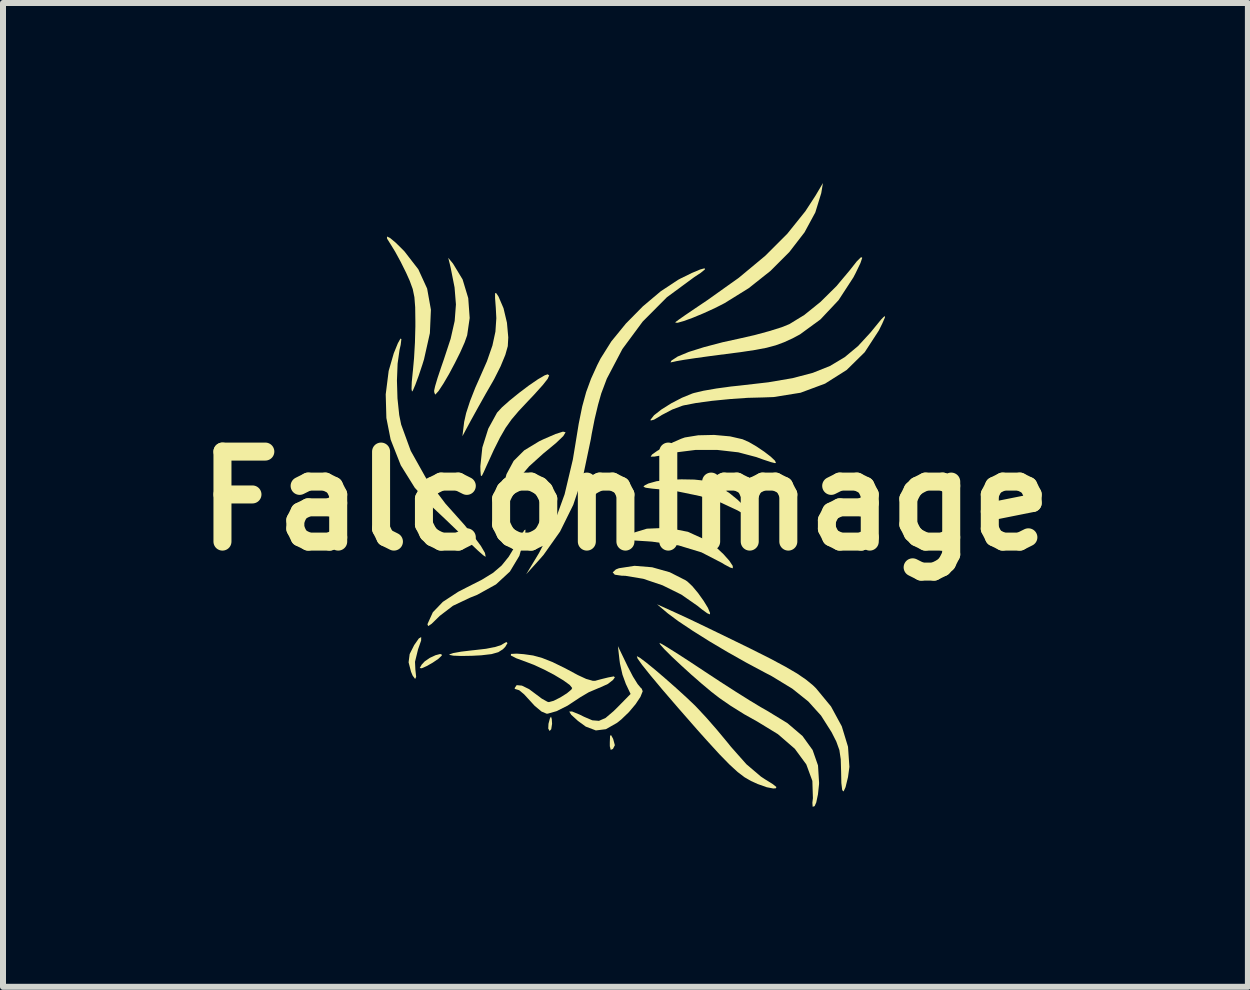
<source format=kicad_pcb>
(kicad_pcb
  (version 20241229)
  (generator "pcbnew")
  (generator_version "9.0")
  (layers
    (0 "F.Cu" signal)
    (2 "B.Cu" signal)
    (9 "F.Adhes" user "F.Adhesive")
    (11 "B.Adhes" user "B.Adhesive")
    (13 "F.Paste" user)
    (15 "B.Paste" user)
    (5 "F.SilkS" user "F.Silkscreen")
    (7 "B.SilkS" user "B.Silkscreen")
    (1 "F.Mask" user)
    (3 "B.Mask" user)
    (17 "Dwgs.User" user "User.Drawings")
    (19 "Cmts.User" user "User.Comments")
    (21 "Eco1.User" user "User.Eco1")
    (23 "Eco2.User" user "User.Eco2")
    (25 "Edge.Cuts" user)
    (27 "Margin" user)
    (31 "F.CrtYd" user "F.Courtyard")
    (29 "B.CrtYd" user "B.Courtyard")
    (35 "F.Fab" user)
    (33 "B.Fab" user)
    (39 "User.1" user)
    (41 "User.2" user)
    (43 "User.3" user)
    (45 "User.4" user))
  (footprint "FalconImage"
    (layer "F.Cu")
    (at 7.371 5.296)
    (property "Reference" "FalconImage" (at 0 0 0) (layer "F.SilkS") (effects (font (size 1.5 1.5) (thickness 0.3))))
    (attr board_only exclude_from_pos_files exclude_from_bom)
    (fp_poly (pts (xy -1.227 3.635) (xy -1.222 3.714) (xy -1.236 3.804) (xy -1.263 3.834) (xy -1.286 3.794) (xy -1.282 3.714) (xy -1.258 3.624) (xy -1.24 3.594)) (stroke (width 0) (type solid)) (fill yes) (layer "F.SilkS"))
    (fp_poly (pts (xy -0.208 3.959) (xy -0.204 3.967) (xy -0.176 4.071) (xy -0.208 4.133) (xy -0.245 4.149) (xy -0.26 4.088) (xy -0.26 4.023) (xy -0.256 3.919) (xy -0.241 3.9)) (stroke (width 0) (type solid)) (fill yes) (layer "F.SilkS"))
    (fp_poly (pts (xy -3.056 2.564) (xy -3.061 2.578) (xy -3.116 2.631) (xy -3.21 2.695) (xy -3.312 2.753) (xy -3.394 2.789) (xy -3.427 2.785) (xy -3.394 2.727) (xy -3.343 2.673) (xy -3.258 2.615) (xy -3.163 2.571) (xy -3.086 2.551)) (stroke (width 0) (type solid)) (fill yes) (layer "F.SilkS"))
    (fp_poly (pts (xy -3.404 2.327) (xy -3.451 2.462) (xy -3.454 2.469) (xy -3.506 2.681) (xy -3.5 2.811) (xy -3.487 2.932) (xy -3.504 2.967) (xy -3.545 2.912) (xy -3.572 2.848) (xy -3.613 2.69) (xy -3.595 2.552) (xy -3.52 2.403) (xy -3.443 2.293) (xy -3.403 2.269)) (stroke (width 0) (type solid)) (fill yes) (layer "F.SilkS"))
    (fp_poly (pts (xy 1.041 0.515) (xy 1.355 0.658) (xy 1.385 0.678) (xy 1.512 0.774) (xy 1.633 0.887) (xy 1.731 0.997) (xy 1.788 1.083) (xy 1.79 1.123) (xy 1.744 1.11) (xy 1.647 1.058) (xy 1.605 1.032) (xy 1.268 0.858) (xy 0.887 0.742) (xy 0.443 0.679) (xy 0.359 0.673) (xy -0.144 0.642) (xy 0.037 0.56) (xy 0.358 0.463) (xy 0.701 0.449)) (stroke (width 0) (type solid)) (fill yes) (layer "F.SilkS"))
    (fp_poly (pts (xy -1.965 2.37) (xy -2.003 2.433) (xy -2.041 2.472) (xy -2.118 2.521) (xy -2.231 2.553) (xy -2.403 2.573) (xy -2.557 2.581) (xy -2.737 2.584) (xy -2.868 2.579) (xy -2.932 2.566) (xy -2.933 2.558) (xy -2.87 2.536) (xy -2.737 2.512) (xy -2.56 2.491) (xy -2.512 2.486) (xy -2.322 2.464) (xy -2.165 2.433) (xy -2.068 2.401) (xy -2.058 2.394) (xy -1.985 2.351)) (stroke (width 0) (type solid)) (fill yes) (layer "F.SilkS"))
    (fp_poly (pts (xy -0.997 -1.143) (xy -1.035 -1.08) (xy -1.153 -0.967) (xy -1.352 -0.802) (xy -1.366 -0.791) (xy -1.604 -0.576) (xy -1.794 -0.354) (xy -1.853 -0.264) (xy -1.961 -0.098) (xy -2.034 -0.017) (xy -2.07 -0.021) (xy -2.069 -0.112) (xy -2.061 -0.156) (xy -1.981 -0.446) (xy -1.862 -0.667) (xy -1.686 -0.842) (xy -1.437 -0.993) (xy -1.366 -1.027) (xy -1.163 -1.115) (xy -1.04 -1.154)) (stroke (width 0) (type solid)) (fill yes) (layer "F.SilkS"))
    (fp_poly (pts (xy 0.445 1.106) (xy 0.739 1.189) (xy 1.003 1.323) (xy 1.033 1.344) (xy 1.115 1.421) (xy 1.211 1.536) (xy 1.303 1.665) (xy 1.375 1.783) (xy 1.41 1.867) (xy 1.408 1.891) (xy 1.364 1.873) (xy 1.273 1.807) (xy 1.2 1.748) (xy 0.931 1.561) (xy 0.619 1.407) (xy 0.297 1.298) (xy -0.003 1.248) (xy -0.06 1.247) (xy -0.177 1.23) (xy -0.212 1.191) (xy -0.159 1.142) (xy -0.108 1.122) (xy 0.152 1.082)) (stroke (width 0) (type solid)) (fill yes) (layer "F.SilkS"))
    (fp_poly (pts (xy 3.263 -5.128) (xy 3.164 -4.806) (xy 2.984 -4.474) (xy 2.731 -4.146) (xy 2.417 -3.832) (xy 2.054 -3.544) (xy 1.651 -3.294) (xy 1.486 -3.21) (xy 1.297 -3.124) (xy 1.121 -3.051) (xy 0.973 -2.997) (xy 0.871 -2.968) (xy 0.831 -2.97) (xy 0.839 -2.983) (xy 0.886 -3.018) (xy 0.996 -3.095) (xy 1.155 -3.203) (xy 1.345 -3.331) (xy 1.366 -3.345) (xy 1.891 -3.719) (xy 2.331 -4.085) (xy 2.697 -4.451) (xy 2.998 -4.826) (xy 3.167 -5.086) (xy 3.291 -5.296)) (stroke (width 0) (type solid)) (fill yes) (layer "F.SilkS"))
    (fp_poly (pts (xy -2.873 -3.954) (xy -2.713 -3.69) (xy -2.619 -3.379) (xy -2.595 -3.047) (xy -2.637 -2.759) (xy -2.68 -2.638) (xy -2.752 -2.476) (xy -2.843 -2.294) (xy -2.94 -2.112) (xy -3.034 -1.952) (xy -3.112 -1.833) (xy -3.164 -1.775) (xy -3.171 -1.773) (xy -3.186 -1.812) (xy -3.187 -1.839) (xy -3.171 -1.911) (xy -3.13 -2.049) (xy -3.069 -2.231) (xy -3.026 -2.355) (xy -2.912 -2.702) (xy -2.845 -2.998) (xy -2.824 -3.273) (xy -2.847 -3.557) (xy -2.911 -3.881) (xy -2.928 -3.954) (xy -2.952 -4.05)) (stroke (width 0) (type solid)) (fill yes) (layer "F.SilkS"))
    (fp_poly (pts (xy -1.27 -2.091) (xy -1.296 -2.033) (xy -1.379 -1.928) (xy -1.523 -1.768) (xy -1.635 -1.65) (xy -1.781 -1.494) (xy -1.898 -1.356) (xy -1.997 -1.216) (xy -2.091 -1.053) (xy -2.193 -0.849) (xy -2.315 -0.582) (xy -2.361 -0.479) (xy -2.393 -0.415) (xy -2.409 -0.421) (xy -2.416 -0.506) (xy -2.417 -0.578) (xy -2.384 -0.89) (xy -2.285 -1.204) (xy -2.139 -1.47) (xy -2.057 -1.559) (xy -1.927 -1.674) (xy -1.77 -1.801) (xy -1.607 -1.924) (xy -1.458 -2.026) (xy -1.345 -2.092) (xy -1.296 -2.109)) (stroke (width 0) (type solid)) (fill yes) (layer "F.SilkS"))
    (fp_poly (pts (xy 1.148 -0.355) (xy 1.299 -0.339) (xy 1.425 -0.303) (xy 1.558 -0.24) (xy 1.599 -0.217) (xy 1.732 -0.131) (xy 1.865 -0.023) (xy 1.98 0.087) (xy 2.06 0.183) (xy 2.085 0.247) (xy 2.079 0.257) (xy 2.031 0.244) (xy 1.93 0.194) (xy 1.869 0.159) (xy 1.591 0.029) (xy 1.248 -0.079) (xy 0.872 -0.157) (xy 0.642 -0.186) (xy 0.448 -0.204) (xy 0.339 -0.219) (xy 0.3 -0.236) (xy 0.321 -0.259) (xy 0.383 -0.29) (xy 0.52 -0.328) (xy 0.728 -0.352) (xy 0.935 -0.359)) (stroke (width 0) (type solid)) (fill yes) (layer "F.SilkS"))
    (fp_poly (pts (xy -1.669 0.537) (xy -1.678 0.596) (xy -1.767 0.915) (xy -1.925 1.178) (xy -2.157 1.392) (xy -2.471 1.566) (xy -2.587 1.612) (xy -2.874 1.748) (xy -3.095 1.917) (xy -3.121 1.943) (xy -3.23 2.049) (xy -3.286 2.086) (xy -3.298 2.06) (xy -3.294 2.043) (xy -3.209 1.856) (xy -3.042 1.682) (xy -2.787 1.515) (xy -2.647 1.443) (xy -2.391 1.313) (xy -2.203 1.197) (xy -2.062 1.076) (xy -1.945 0.931) (xy -1.831 0.743) (xy -1.818 0.719) (xy -1.732 0.564) (xy -1.683 0.486) (xy -1.665 0.479)) (stroke (width 0) (type solid)) (fill yes) (layer "F.SilkS"))
    (fp_poly (pts (xy -2.121 -3.415) (xy -2.114 -3.403) (xy -2.031 -3.21) (xy -1.974 -2.969) (xy -1.952 -2.724) (xy -1.96 -2.578) (xy -2.001 -2.433) (xy -2.08 -2.242) (xy -2.183 -2.037) (xy -2.212 -1.985) (xy -2.333 -1.775) (xy -2.454 -1.559) (xy -2.555 -1.376) (xy -2.574 -1.342) (xy -2.716 -1.078) (xy -2.687 -1.316) (xy -2.654 -1.463) (xy -2.589 -1.663) (xy -2.502 -1.885) (xy -2.446 -2.011) (xy -2.307 -2.327) (xy -2.216 -2.589) (xy -2.166 -2.82) (xy -2.151 -3.044) (xy -2.16 -3.22) (xy -2.172 -3.38) (xy -2.172 -3.458) (xy -2.156 -3.465)) (stroke (width 0) (type solid)) (fill yes) (layer "F.SilkS"))
    (fp_poly (pts (xy 1.744 -1.075) (xy 1.952 -1.027) (xy 2.06 -0.979) (xy 2.187 -0.905) (xy 2.313 -0.82) (xy 2.421 -0.737) (xy 2.492 -0.67) (xy 2.508 -0.633) (xy 2.492 -0.629) (xy 2.424 -0.646) (xy 2.297 -0.688) (xy 2.181 -0.73) (xy 1.882 -0.809) (xy 1.532 -0.849) (xy 1.168 -0.849) (xy 0.826 -0.806) (xy 0.772 -0.794) (xy 0.606 -0.759) (xy 0.481 -0.738) (xy 0.422 -0.737) (xy 0.421 -0.738) (xy 0.443 -0.772) (xy 0.529 -0.833) (xy 0.655 -0.905) (xy 0.795 -0.977) (xy 0.928 -1.035) (xy 0.99 -1.057) (xy 1.212 -1.093) (xy 1.478 -1.099)) (stroke (width 0) (type solid)) (fill yes) (layer "F.SilkS"))
    (fp_poly (pts (xy 0.04 2.762) (xy 0.125 2.926) (xy 0.204 3.053) (xy 0.261 3.121) (xy 0.27 3.125) (xy 0.288 3.172) (xy 0.25 3.266) (xy 0.169 3.388) (xy 0.058 3.52) (xy -0.069 3.642) (xy -0.139 3.698) (xy -0.325 3.804) (xy -0.492 3.825) (xy -0.661 3.761) (xy -0.791 3.666) (xy -0.904 3.563) (xy -0.936 3.51) (xy -0.889 3.509) (xy -0.764 3.56) (xy -0.69 3.597) (xy -0.552 3.656) (xy -0.441 3.665) (xy -0.331 3.617) (xy -0.198 3.504) (xy -0.123 3.43) (xy 0.086 3.217) (xy 0.007 3.05) (xy -0.049 2.896) (xy -0.091 2.71) (xy -0.099 2.652) (xy -0.125 2.42)) (stroke (width 0) (type solid)) (fill yes) (layer "F.SilkS"))
    (fp_poly (pts (xy -3.922 -4.381) (xy -3.825 -4.3) (xy -3.69 -4.166) (xy -3.681 -4.156) (xy -3.451 -3.859) (xy -3.304 -3.538) (xy -3.241 -3.186) (xy -3.258 -2.795) (xy -3.356 -2.358) (xy -3.381 -2.277) (xy -3.445 -2.085) (xy -3.501 -1.933) (xy -3.541 -1.84) (xy -3.556 -1.821) (xy -3.564 -1.865) (xy -3.56 -1.98) (xy -3.544 -2.143) (xy -3.541 -2.169) (xy -3.522 -2.379) (xy -3.507 -2.64) (xy -3.5 -2.906) (xy -3.5 -2.995) (xy -3.503 -3.226) (xy -3.516 -3.394) (xy -3.544 -3.53) (xy -3.594 -3.667) (xy -3.654 -3.801) (xy -3.745 -3.984) (xy -3.836 -4.151) (xy -3.907 -4.267) (xy -3.908 -4.268) (xy -3.971 -4.369) (xy -3.973 -4.405)) (stroke (width 0) (type solid)) (fill yes) (layer "F.SilkS"))
    (fp_poly (pts (xy -3.733 -2.696) (xy -3.745 -2.598) (xy -3.764 -2.515) (xy -3.796 -2.287) (xy -3.807 -2.005) (xy -3.798 -1.707) (xy -3.769 -1.431) (xy -3.737 -1.273) (xy -3.577 -0.834) (xy -3.329 -0.391) (xy -2.996 0.049) (xy -2.876 0.183) (xy -2.685 0.397) (xy -2.527 0.59) (xy -2.409 0.75) (xy -2.341 0.866) (xy -2.329 0.927) (xy -2.333 0.93) (xy -2.372 0.904) (xy -2.461 0.825) (xy -2.583 0.709) (xy -2.619 0.674) (xy -2.792 0.506) (xy -2.994 0.312) (xy -3.184 0.133) (xy -3.199 0.12) (xy -3.51 -0.219) (xy -3.743 -0.593) (xy -3.912 -1.022) (xy -3.983 -1.381) (xy -3.994 -1.775) (xy -3.945 -2.165) (xy -3.86 -2.459) (xy -3.792 -2.626) (xy -3.748 -2.705)) (stroke (width 0) (type solid)) (fill yes) (layer "F.SilkS"))
    (fp_poly (pts (xy 0.247 2.618) (xy 0.355 2.7) (xy 0.503 2.821) (xy 0.672 2.966) (xy 0.849 3.122) (xy 1.017 3.275) (xy 1.161 3.412) (xy 1.206 3.459) (xy 1.351 3.615) (xy 1.524 3.813) (xy 1.696 4.02) (xy 1.759 4.098) (xy 2.016 4.388) (xy 2.257 4.593) (xy 2.323 4.637) (xy 2.458 4.721) (xy 2.516 4.768) (xy 2.506 4.789) (xy 2.463 4.792) (xy 2.354 4.771) (xy 2.202 4.717) (xy 2.092 4.667) (xy 1.985 4.605) (xy 1.869 4.517) (xy 1.732 4.391) (xy 1.564 4.219) (xy 1.354 3.989) (xy 1.2 3.817) (xy 0.879 3.45) (xy 0.617 3.146) (xy 0.417 2.907) (xy 0.278 2.733) (xy 0.202 2.626) (xy 0.191 2.588) (xy 0.193 2.588)) (stroke (width 0) (type solid)) (fill yes) (layer "F.SilkS"))
    (fp_poly (pts (xy 3.946 -4.051) (xy 3.916 -3.962) (xy 3.835 -3.794) (xy 3.798 -3.723) (xy 3.552 -3.345) (xy 3.25 -3.024) (xy 2.91 -2.775) (xy 2.787 -2.709) (xy 2.642 -2.643) (xy 2.504 -2.592) (xy 2.351 -2.551) (xy 2.162 -2.515) (xy 1.916 -2.478) (xy 1.673 -2.447) (xy 1.405 -2.412) (xy 1.166 -2.379) (xy 0.974 -2.35) (xy 0.848 -2.328) (xy 0.81 -2.319) (xy 0.751 -2.307) (xy 0.767 -2.338) (xy 0.87 -2.405) (xy 1.055 -2.482) (xy 1.31 -2.562) (xy 1.622 -2.644) (xy 1.9 -2.705) (xy 2.154 -2.763) (xy 2.397 -2.829) (xy 2.602 -2.893) (xy 2.731 -2.945) (xy 2.982 -3.099) (xy 3.251 -3.316) (xy 3.515 -3.577) (xy 3.735 -3.839) (xy 3.855 -3.991) (xy 3.926 -4.061)) (stroke (width 0) (type solid)) (fill yes) (layer "F.SilkS"))
    (fp_poly (pts (xy 1.325 -3.857) (xy 1.254 -3.799) (xy 1.15 -3.731) (xy 0.691 -3.393) (xy 0.288 -2.988) (xy -0.05 -2.531) (xy -0.31 -2.036) (xy -0.403 -1.789) (xy -0.456 -1.602) (xy -0.513 -1.363) (xy -0.562 -1.114) (xy -0.576 -1.03) (xy -0.699 -0.444) (xy -0.869 0.066) (xy -1.089 0.511) (xy -1.365 0.901) (xy -1.445 0.992) (xy -1.653 1.222) (xy -1.44 0.869) (xy -1.199 0.403) (xy -1.013 -0.111) (xy -0.876 -0.689) (xy -0.836 -0.931) (xy -0.778 -1.287) (xy -0.72 -1.573) (xy -0.654 -1.814) (xy -0.573 -2.035) (xy -0.47 -2.262) (xy -0.414 -2.372) (xy -0.235 -2.657) (xy 0.008 -2.955) (xy 0.291 -3.242) (xy 0.589 -3.493) (xy 0.877 -3.683) (xy 0.918 -3.705) (xy 1.11 -3.799) (xy 1.246 -3.856) (xy 1.32 -3.876)) (stroke (width 0) (type solid)) (fill yes) (layer "F.SilkS"))
    (fp_poly (pts (xy 0.609 2.386) (xy 0.718 2.452) (xy 0.882 2.555) (xy 1.087 2.688) (xy 1.321 2.843) (xy 1.321 2.843) (xy 1.581 3.014) (xy 1.836 3.178) (xy 2.067 3.323) (xy 2.254 3.436) (xy 2.358 3.495) (xy 2.699 3.703) (xy 2.951 3.918) (xy 3.119 4.151) (xy 3.209 4.408) (xy 3.227 4.699) (xy 3.226 4.723) (xy 3.208 4.891) (xy 3.18 5.024) (xy 3.153 5.086) (xy 3.12 5.097) (xy 3.115 5.031) (xy 3.124 4.953) (xy 3.115 4.666) (xy 3.014 4.391) (xy 2.822 4.13) (xy 2.541 3.887) (xy 2.199 3.678) (xy 1.981 3.556) (xy 1.749 3.411) (xy 1.565 3.284) (xy 1.431 3.18) (xy 1.271 3.046) (xy 1.099 2.896) (xy 0.93 2.742) (xy 0.777 2.599) (xy 0.657 2.48) (xy 0.582 2.397) (xy 0.566 2.366)) (stroke (width 0) (type solid)) (fill yes) (layer "F.SilkS"))
    (fp_poly (pts (xy 0.887 1.886) (xy 1.047 1.96) (xy 1.271 2.067) (xy 1.538 2.196) (xy 1.828 2.337) (xy 2.094 2.467) (xy 2.418 2.63) (xy 2.668 2.764) (xy 2.86 2.876) (xy 3.008 2.977) (xy 3.126 3.074) (xy 3.178 3.125) (xy 3.426 3.426) (xy 3.605 3.756) (xy 3.709 4.097) (xy 3.732 4.432) (xy 3.709 4.602) (xy 3.668 4.77) (xy 3.635 4.842) (xy 3.612 4.819) (xy 3.598 4.702) (xy 3.594 4.512) (xy 3.588 4.306) (xy 3.565 4.152) (xy 3.514 4.01) (xy 3.435 3.854) (xy 3.26 3.578) (xy 3.047 3.342) (xy 2.779 3.128) (xy 2.439 2.921) (xy 2.313 2.855) (xy 2.014 2.695) (xy 1.702 2.519) (xy 1.397 2.338) (xy 1.117 2.162) (xy 0.882 2.005) (xy 0.711 1.878) (xy 0.695 1.865) (xy 0.527 1.723)) (stroke (width 0) (type solid)) (fill yes) (layer "F.SilkS"))
    (fp_poly (pts (xy 4.325 -3.059) (xy 4.28 -2.955) (xy 4.222 -2.838) (xy 3.987 -2.477) (xy 3.686 -2.181) (xy 3.327 -1.954) (xy 2.918 -1.802) (xy 2.468 -1.73) (xy 2.302 -1.724) (xy 2.034 -1.717) (xy 1.737 -1.696) (xy 1.442 -1.667) (xy 1.177 -1.631) (xy 0.974 -1.592) (xy 0.948 -1.585) (xy 0.78 -1.522) (xy 0.608 -1.432) (xy 0.577 -1.412) (xy 0.476 -1.353) (xy 0.421 -1.339) (xy 0.418 -1.352) (xy 0.477 -1.427) (xy 0.6 -1.523) (xy 0.764 -1.626) (xy 0.943 -1.719) (xy 1.114 -1.789) (xy 1.143 -1.798) (xy 1.299 -1.835) (xy 1.517 -1.873) (xy 1.759 -1.906) (xy 1.893 -1.92) (xy 2.38 -1.976) (xy 2.785 -2.045) (xy 3.123 -2.134) (xy 3.408 -2.248) (xy 3.654 -2.395) (xy 3.875 -2.579) (xy 4.085 -2.807) (xy 4.15 -2.887) (xy 4.262 -3.024) (xy 4.319 -3.081)) (stroke (width 0) (type solid)) (fill yes) (layer "F.SilkS"))
    (fp_poly (pts (xy -1.693 2.554) (xy -1.538 2.576) (xy -1.386 2.618) (xy -1.214 2.686) (xy -1 2.791) (xy -0.793 2.902) (xy -0.655 2.966) (xy -0.543 2.998) (xy -0.505 2.998) (xy -0.406 2.971) (xy -0.288 2.942) (xy -0.193 2.924) (xy -0.176 2.941) (xy -0.208 2.985) (xy -0.294 3.051) (xy -0.425 3.111) (xy -0.447 3.119) (xy -0.61 3.188) (xy -0.762 3.278) (xy -0.767 3.282) (xy -0.964 3.412) (xy -1.148 3.504) (xy -1.293 3.545) (xy -1.313 3.546) (xy -1.398 3.51) (xy -1.512 3.415) (xy -1.587 3.333) (xy -1.689 3.222) (xy -1.77 3.155) (xy -1.805 3.144) (xy -1.843 3.133) (xy -1.845 3.118) (xy -1.812 3.07) (xy -1.725 3.078) (xy -1.606 3.136) (xy -1.508 3.209) (xy -1.393 3.295) (xy -1.3 3.347) (xy -1.276 3.353) (xy -1.196 3.331) (xy -1.085 3.275) (xy -0.975 3.206) (xy -0.901 3.144) (xy -0.887 3.118) (xy -0.927 3.068) (xy -1.033 2.991) (xy -1.183 2.901) (xy -1.354 2.811) (xy -1.525 2.732) (xy -1.635 2.69) (xy -1.819 2.622) (xy -1.909 2.576) (xy -1.907 2.55) (xy -1.811 2.545)) (stroke (width 0) (type solid)) (fill yes) (layer "F.SilkS")))
  (gr_rect
    (start -3 -3)
    (end 17.743 13.393)
    (stroke (width 0.1) (type default))
    (fill no)
    (layer "Edge.Cuts")))
</source>
